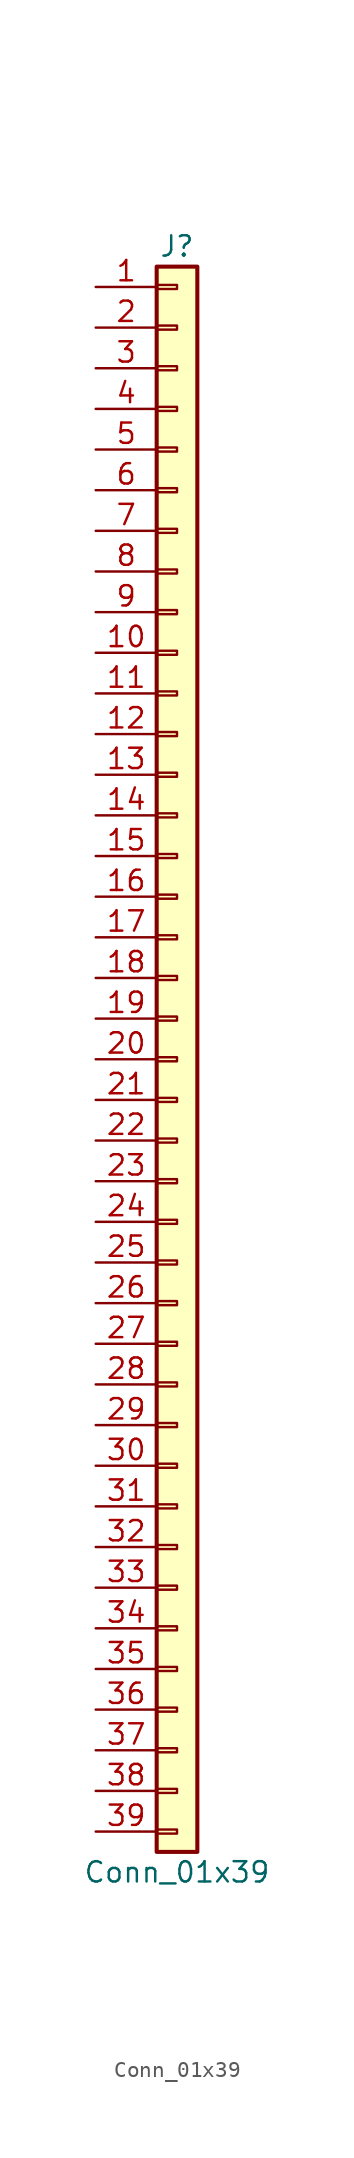
<source format=kicad_sym>
(kicad_symbol_lib
  (version 20201005)
  (generator kicad_symbol_editor)
  (symbol "Conn_01x39"
    (pin_names
      (offset 1.016) hide)
    (property "Reference" "J"
      (at 0 50.8 0)
      (effects (font (size 1.27 1.27))))
    (property "Value" "Conn_01x39"
      (at 0 -50.8 0)
      (effects (font (size 1.27 1.27))))
    (symbol "Conn_01x39_1_1"
      (rectangle (start -1.27 -48.133) (end 0 -48.387) (stroke (width 0.152)) (fill (type none)))
      (rectangle (start -1.27 -45.593) (end 0 -45.847) (stroke (width 0.152)) (fill (type none)))
      (rectangle (start -1.27 -43.053) (end 0 -43.307) (stroke (width 0.152)) (fill (type none)))
      (rectangle (start -1.27 -40.513) (end 0 -40.767) (stroke (width 0.152)) (fill (type none)))
      (rectangle (start -1.27 -37.973) (end 0 -38.227) (stroke (width 0.152)) (fill (type none)))
      (rectangle (start -1.27 -35.433) (end 0 -35.687) (stroke (width 0.152)) (fill (type none)))
      (rectangle (start -1.27 -32.893) (end 0 -33.147) (stroke (width 0.152)) (fill (type none)))
      (rectangle (start -1.27 -30.353) (end 0 -30.607) (stroke (width 0.152)) (fill (type none)))
      (rectangle (start -1.27 -27.813) (end 0 -28.067) (stroke (width 0.152)) (fill (type none)))
      (rectangle (start -1.27 -25.273) (end 0 -25.527) (stroke (width 0.152)) (fill (type none)))
      (rectangle (start -1.27 -22.733) (end 0 -22.987) (stroke (width 0.152)) (fill (type none)))
      (rectangle (start -1.27 -20.193) (end 0 -20.447) (stroke (width 0.152)) (fill (type none)))
      (rectangle (start -1.27 -17.653) (end 0 -17.907) (stroke (width 0.152)) (fill (type none)))
      (rectangle (start -1.27 -15.113) (end 0 -15.367) (stroke (width 0.152)) (fill (type none)))
      (rectangle (start -1.27 -12.573) (end 0 -12.827) (stroke (width 0.152)) (fill (type none)))
      (rectangle (start -1.27 -10.033) (end 0 -10.287) (stroke (width 0.152)) (fill (type none)))
      (rectangle (start -1.27 -7.493) (end 0 -7.747) (stroke (width 0.152)) (fill (type none)))
      (rectangle (start -1.27 -4.953) (end 0 -5.207) (stroke (width 0.152)) (fill (type none)))
      (rectangle (start -1.27 -2.413) (end 0 -2.667) (stroke (width 0.152)) (fill (type none)))
      (rectangle (start -1.27 0.127) (end 0 -0.127) (stroke (width 0.152)) (fill (type none)))
      (rectangle (start -1.27 2.667) (end 0 2.413) (stroke (width 0.152)) (fill (type none)))
      (rectangle (start -1.27 5.207) (end 0 4.953) (stroke (width 0.152)) (fill (type none)))
      (rectangle (start -1.27 7.747) (end 0 7.493) (stroke (width 0.152)) (fill (type none)))
      (rectangle (start -1.27 10.287) (end 0 10.033) (stroke (width 0.152)) (fill (type none)))
      (rectangle (start -1.27 12.827) (end 0 12.573) (stroke (width 0.152)) (fill (type none)))
      (rectangle (start -1.27 15.367) (end 0 15.113) (stroke (width 0.152)) (fill (type none)))
      (rectangle (start -1.27 17.907) (end 0 17.653) (stroke (width 0.152)) (fill (type none)))
      (rectangle (start -1.27 20.447) (end 0 20.193) (stroke (width 0.152)) (fill (type none)))
      (rectangle (start -1.27 22.987) (end 0 22.733) (stroke (width 0.152)) (fill (type none)))
      (rectangle (start -1.27 25.527) (end 0 25.273) (stroke (width 0.152)) (fill (type none)))
      (rectangle (start -1.27 28.067) (end 0 27.813) (stroke (width 0.152)) (fill (type none)))
      (rectangle (start -1.27 30.607) (end 0 30.353) (stroke (width 0.152)) (fill (type none)))
      (rectangle (start -1.27 33.147) (end 0 32.893) (stroke (width 0.152)) (fill (type none)))
      (rectangle (start -1.27 35.687) (end 0 35.433) (stroke (width 0.152)) (fill (type none)))
      (rectangle (start -1.27 38.227) (end 0 37.973) (stroke (width 0.152)) (fill (type none)))
      (rectangle (start -1.27 40.767) (end 0 40.513) (stroke (width 0.152)) (fill (type none)))
      (rectangle (start -1.27 43.307) (end 0 43.053) (stroke (width 0.152)) (fill (type none)))
      (rectangle (start -1.27 45.847) (end 0 45.593) (stroke (width 0.152)) (fill (type none)))
      (rectangle (start -1.27 48.387) (end 0 48.133) (stroke (width 0.152)) (fill (type none)))
      (rectangle (start -1.27 49.53) (end 1.27 -49.53) (stroke (width 0.254)) (fill (type background)))
      (pin passive line (at -5.08 48.26 0) (length 3.81) (name "Pin_1" (effects (font (size 1.27 1.27)))) (number "1" (effects (font (size 1.27 1.27)))))
      (pin passive line (at -5.08 25.4 0) (length 3.81) (name "Pin_10" (effects (font (size 1.27 1.27)))) (number "10" (effects (font (size 1.27 1.27)))))
      (pin passive line (at -5.08 22.86 0) (length 3.81) (name "Pin_11" (effects (font (size 1.27 1.27)))) (number "11" (effects (font (size 1.27 1.27)))))
      (pin passive line (at -5.08 20.32 0) (length 3.81) (name "Pin_12" (effects (font (size 1.27 1.27)))) (number "12" (effects (font (size 1.27 1.27)))))
      (pin passive line (at -5.08 17.78 0) (length 3.81) (name "Pin_13" (effects (font (size 1.27 1.27)))) (number "13" (effects (font (size 1.27 1.27)))))
      (pin passive line (at -5.08 15.24 0) (length 3.81) (name "Pin_14" (effects (font (size 1.27 1.27)))) (number "14" (effects (font (size 1.27 1.27)))))
      (pin passive line (at -5.08 12.7 0) (length 3.81) (name "Pin_15" (effects (font (size 1.27 1.27)))) (number "15" (effects (font (size 1.27 1.27)))))
      (pin passive line (at -5.08 10.16 0) (length 3.81) (name "Pin_16" (effects (font (size 1.27 1.27)))) (number "16" (effects (font (size 1.27 1.27)))))
      (pin passive line (at -5.08 7.62 0) (length 3.81) (name "Pin_17" (effects (font (size 1.27 1.27)))) (number "17" (effects (font (size 1.27 1.27)))))
      (pin passive line (at -5.08 5.08 0) (length 3.81) (name "Pin_18" (effects (font (size 1.27 1.27)))) (number "18" (effects (font (size 1.27 1.27)))))
      (pin passive line (at -5.08 2.54 0) (length 3.81) (name "Pin_19" (effects (font (size 1.27 1.27)))) (number "19" (effects (font (size 1.27 1.27)))))
      (pin passive line (at -5.08 45.72 0) (length 3.81) (name "Pin_2" (effects (font (size 1.27 1.27)))) (number "2" (effects (font (size 1.27 1.27)))))
      (pin passive line (at -5.08 0 0) (length 3.81) (name "Pin_20" (effects (font (size 1.27 1.27)))) (number "20" (effects (font (size 1.27 1.27)))))
      (pin passive line (at -5.08 -2.54 0) (length 3.81) (name "Pin_21" (effects (font (size 1.27 1.27)))) (number "21" (effects (font (size 1.27 1.27)))))
      (pin passive line (at -5.08 -5.08 0) (length 3.81) (name "Pin_22" (effects (font (size 1.27 1.27)))) (number "22" (effects (font (size 1.27 1.27)))))
      (pin passive line (at -5.08 -7.62 0) (length 3.81) (name "Pin_23" (effects (font (size 1.27 1.27)))) (number "23" (effects (font (size 1.27 1.27)))))
      (pin passive line (at -5.08 -10.16 0) (length 3.81) (name "Pin_24" (effects (font (size 1.27 1.27)))) (number "24" (effects (font (size 1.27 1.27)))))
      (pin passive line (at -5.08 -12.7 0) (length 3.81) (name "Pin_25" (effects (font (size 1.27 1.27)))) (number "25" (effects (font (size 1.27 1.27)))))
      (pin passive line (at -5.08 -15.24 0) (length 3.81) (name "Pin_26" (effects (font (size 1.27 1.27)))) (number "26" (effects (font (size 1.27 1.27)))))
      (pin passive line (at -5.08 -17.78 0) (length 3.81) (name "Pin_27" (effects (font (size 1.27 1.27)))) (number "27" (effects (font (size 1.27 1.27)))))
      (pin passive line (at -5.08 -20.32 0) (length 3.81) (name "Pin_28" (effects (font (size 1.27 1.27)))) (number "28" (effects (font (size 1.27 1.27)))))
      (pin passive line (at -5.08 -22.86 0) (length 3.81) (name "Pin_29" (effects (font (size 1.27 1.27)))) (number "29" (effects (font (size 1.27 1.27)))))
      (pin passive line (at -5.08 43.18 0) (length 3.81) (name "Pin_3" (effects (font (size 1.27 1.27)))) (number "3" (effects (font (size 1.27 1.27)))))
      (pin passive line (at -5.08 -25.4 0) (length 3.81) (name "Pin_30" (effects (font (size 1.27 1.27)))) (number "30" (effects (font (size 1.27 1.27)))))
      (pin passive line (at -5.08 -27.94 0) (length 3.81) (name "Pin_31" (effects (font (size 1.27 1.27)))) (number "31" (effects (font (size 1.27 1.27)))))
      (pin passive line (at -5.08 -30.48 0) (length 3.81) (name "Pin_32" (effects (font (size 1.27 1.27)))) (number "32" (effects (font (size 1.27 1.27)))))
      (pin passive line (at -5.08 -33.02 0) (length 3.81) (name "Pin_33" (effects (font (size 1.27 1.27)))) (number "33" (effects (font (size 1.27 1.27)))))
      (pin passive line (at -5.08 -35.56 0) (length 3.81) (name "Pin_34" (effects (font (size 1.27 1.27)))) (number "34" (effects (font (size 1.27 1.27)))))
      (pin passive line (at -5.08 -38.1 0) (length 3.81) (name "Pin_35" (effects (font (size 1.27 1.27)))) (number "35" (effects (font (size 1.27 1.27)))))
      (pin passive line (at -5.08 -40.64 0) (length 3.81) (name "Pin_36" (effects (font (size 1.27 1.27)))) (number "36" (effects (font (size 1.27 1.27)))))
      (pin passive line (at -5.08 -43.18 0) (length 3.81) (name "Pin_37" (effects (font (size 1.27 1.27)))) (number "37" (effects (font (size 1.27 1.27)))))
      (pin passive line (at -5.08 -45.72 0) (length 3.81) (name "Pin_38" (effects (font (size 1.27 1.27)))) (number "38" (effects (font (size 1.27 1.27)))))
      (pin passive line (at -5.08 -48.26 0) (length 3.81) (name "Pin_39" (effects (font (size 1.27 1.27)))) (number "39" (effects (font (size 1.27 1.27)))))
      (pin passive line (at -5.08 40.64 0) (length 3.81) (name "Pin_4" (effects (font (size 1.27 1.27)))) (number "4" (effects (font (size 1.27 1.27)))))
      (pin passive line (at -5.08 38.1 0) (length 3.81) (name "Pin_5" (effects (font (size 1.27 1.27)))) (number "5" (effects (font (size 1.27 1.27)))))
      (pin passive line (at -5.08 35.56 0) (length 3.81) (name "Pin_6" (effects (font (size 1.27 1.27)))) (number "6" (effects (font (size 1.27 1.27)))))
      (pin passive line (at -5.08 33.02 0) (length 3.81) (name "Pin_7" (effects (font (size 1.27 1.27)))) (number "7" (effects (font (size 1.27 1.27)))))
      (pin passive line (at -5.08 30.48 0) (length 3.81) (name "Pin_8" (effects (font (size 1.27 1.27)))) (number "8" (effects (font (size 1.27 1.27)))))
      (pin passive line (at -5.08 27.94 0) (length 3.81) (name "Pin_9" (effects (font (size 1.27 1.27)))) (number "9" (effects (font (size 1.27 1.27))))))))
</source>
